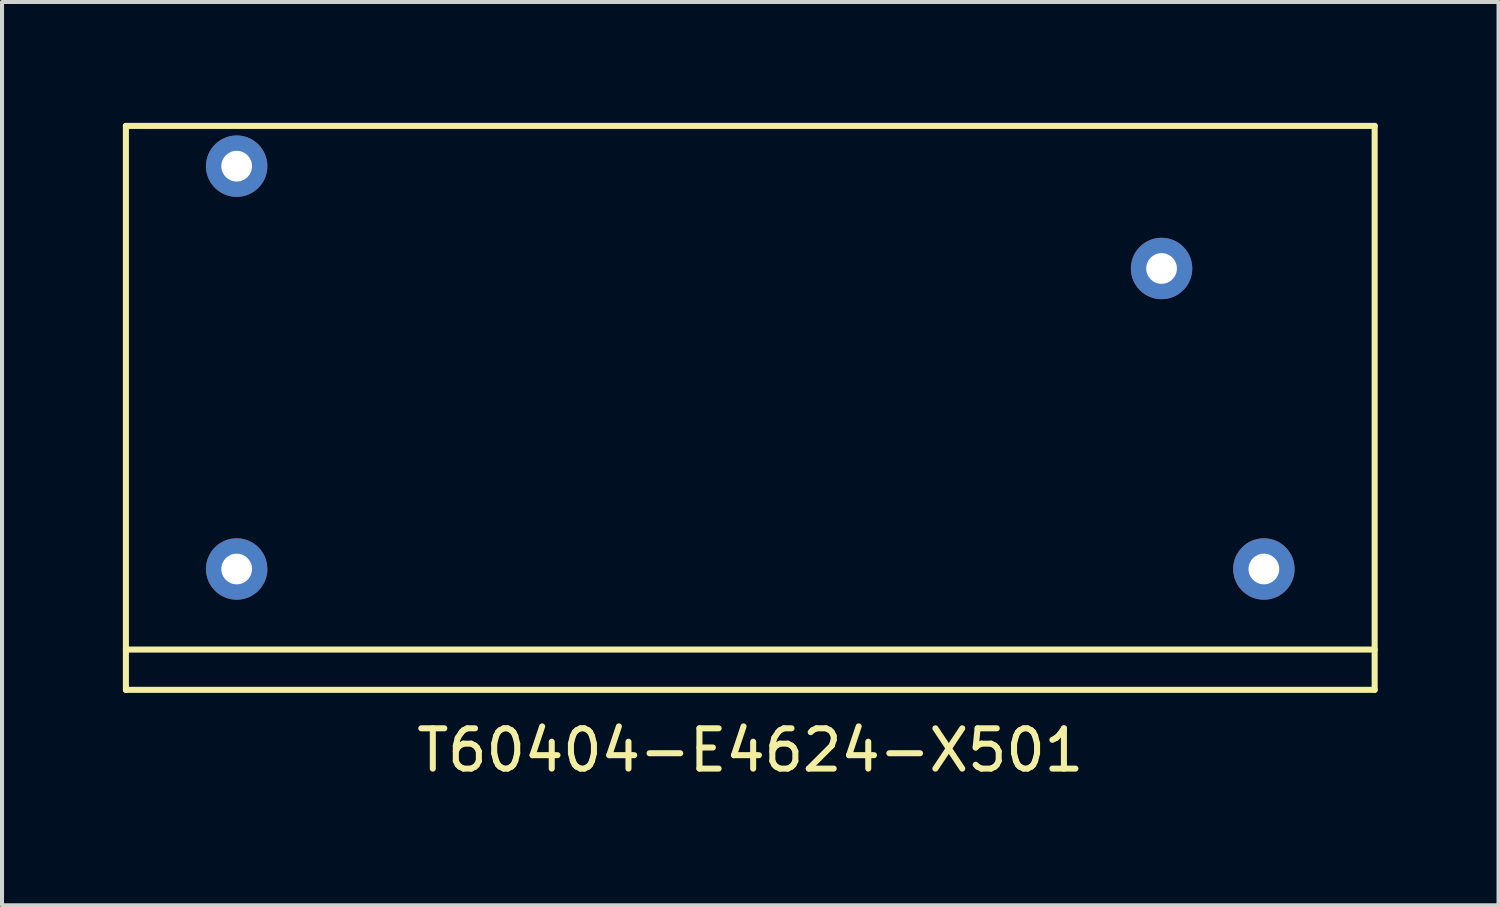
<source format=kicad_pcb>
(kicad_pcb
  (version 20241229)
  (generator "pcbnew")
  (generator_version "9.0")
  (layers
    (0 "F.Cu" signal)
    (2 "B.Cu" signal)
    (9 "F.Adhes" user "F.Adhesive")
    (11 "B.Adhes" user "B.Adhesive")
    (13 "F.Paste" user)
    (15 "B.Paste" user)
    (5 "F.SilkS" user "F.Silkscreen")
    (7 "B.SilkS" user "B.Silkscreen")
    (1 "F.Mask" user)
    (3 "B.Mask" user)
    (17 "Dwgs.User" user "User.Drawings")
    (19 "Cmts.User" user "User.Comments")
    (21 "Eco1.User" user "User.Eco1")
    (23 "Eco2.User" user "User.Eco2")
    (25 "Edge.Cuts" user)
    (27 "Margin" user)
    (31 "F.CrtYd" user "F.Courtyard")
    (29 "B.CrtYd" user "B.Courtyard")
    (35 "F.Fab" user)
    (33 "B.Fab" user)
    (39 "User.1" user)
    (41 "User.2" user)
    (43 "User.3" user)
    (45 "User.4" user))
  (footprint "T60404-E4624-X501"
    (layer "F.Cu")
    (at 15.575 7.575)
    (property "Reference" "T60404-E4624-X501" (at 0 8 0) (layer "F.SilkS") (effects (font (size 1 1) (thickness 0.15))))
    (attr through_hole)
    (fp_line (start -15.5 -7.5) (end 15.5 -7.5) (stroke (width 0.15) (type solid)) (layer "F.SilkS"))
    (fp_line (start -15.5 5.5) (end 15.5 5.5) (stroke (width 0.15) (type solid)) (layer "F.SilkS"))
    (fp_line (start -15.5 6.5) (end -15.5 -7.5) (stroke (width 0.15) (type solid)) (layer "F.SilkS"))
    (fp_line (start 15.5 -7.5) (end 15.5 6.5) (stroke (width 0.15) (type solid)) (layer "F.SilkS"))
    (fp_line (start 15.5 6.5) (end -15.5 6.5) (stroke (width 0.15) (type solid)) (layer "F.SilkS"))
    (pad "1" thru_hole circle (at -12.75 -6.5) (size 1.524 1.524) (drill 0.762) (layers "*.Cu" "*.Mask"))
    (pad "2" thru_hole circle (at 10.21 -3.96) (size 1.524 1.524) (drill 0.762) (layers "*.Cu" "*.Mask"))
    (pad "3" thru_hole circle (at 12.75 3.5) (size 1.524 1.524) (drill 0.762) (layers "*.Cu" "*.Mask"))
    (pad "4" thru_hole circle (at -12.75 3.5) (size 1.524 1.524) (drill 0.762) (layers "*.Cu" "*.Mask")))
  (gr_rect
    (start -3 -3)
    (end 34.15 19.423)
    (stroke (width 0.1) (type default))
    (fill no)
    (layer "Edge.Cuts")))
</source>
